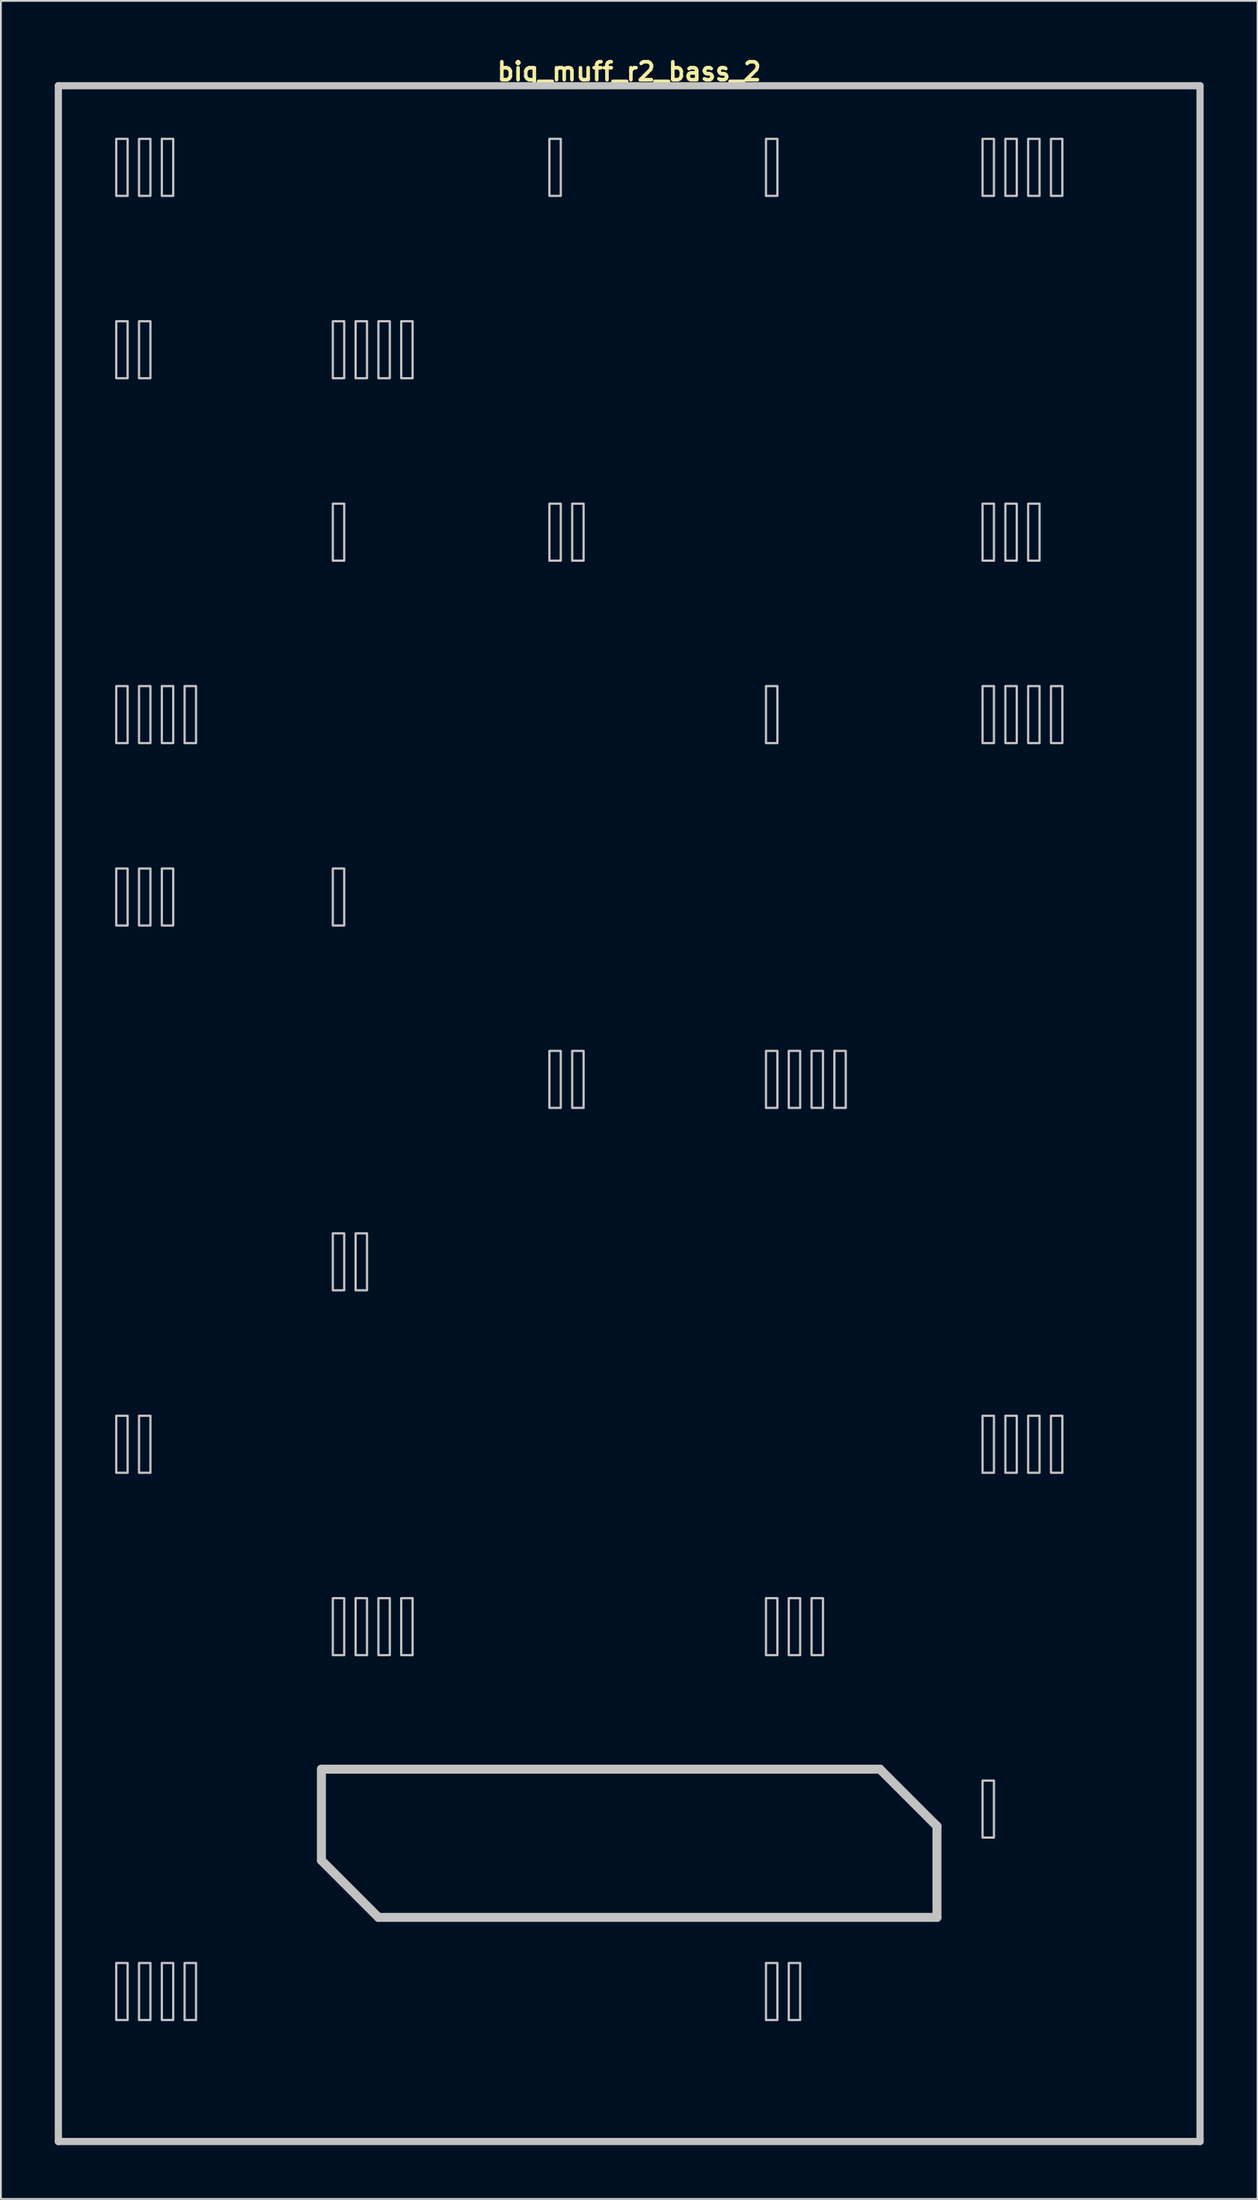
<source format=kicad_pcb>
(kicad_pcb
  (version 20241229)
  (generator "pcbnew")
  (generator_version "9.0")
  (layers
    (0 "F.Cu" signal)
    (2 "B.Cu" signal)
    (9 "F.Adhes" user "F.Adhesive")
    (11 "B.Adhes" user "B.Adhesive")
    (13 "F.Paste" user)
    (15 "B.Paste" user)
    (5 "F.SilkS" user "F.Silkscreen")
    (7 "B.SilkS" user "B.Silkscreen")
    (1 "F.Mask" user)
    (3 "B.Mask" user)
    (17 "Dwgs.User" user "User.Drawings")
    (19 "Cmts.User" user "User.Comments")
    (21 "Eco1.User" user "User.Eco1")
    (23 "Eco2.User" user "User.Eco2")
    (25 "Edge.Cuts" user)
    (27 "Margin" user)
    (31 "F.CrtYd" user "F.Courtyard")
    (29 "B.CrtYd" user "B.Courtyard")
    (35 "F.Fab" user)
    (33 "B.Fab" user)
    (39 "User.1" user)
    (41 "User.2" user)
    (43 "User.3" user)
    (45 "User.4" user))
  (footprint "big_muff_r2_bass_2"
    (layer "F.Cu")
    (at 32 58.975)
    (property "Reference" "big_muff_r2_bass_2" (at 0 -58.039 0) (layer "F.SilkS") (effects (font (size 1 1) (thickness 0.2))))
    (attr through_hole)
    (fp_line (start -31.8 -57.25) (end -31.8 57.25) (stroke (width 0.4) (type solid)) (layer "Dwgs.User"))
    (fp_line (start -31.8 -57.25) (end 31.8 -57.25) (stroke (width 0.4) (type solid)) (layer "Dwgs.User"))
    (fp_line (start -31.8 57.25) (end 31.8 57.25) (stroke (width 0.4) (type solid)) (layer "Dwgs.User"))
    (fp_line (start -17.145 36.513) (end -17.145 41.593) (stroke (width 0.5) (type solid)) (layer "Dwgs.User"))
    (fp_line (start -17.145 36.513) (end 13.97 36.513) (stroke (width 0.5) (type solid)) (layer "Dwgs.User"))
    (fp_line (start -17.145 41.593) (end -13.97 44.767) (stroke (width 0.5) (type solid)) (layer "Dwgs.User"))
    (fp_line (start -13.97 44.767) (end 17.145 44.767) (stroke (width 0.5) (type solid)) (layer "Dwgs.User"))
    (fp_line (start 13.97 36.513) (end 17.145 39.688) (stroke (width 0.5) (type solid)) (layer "Dwgs.User"))
    (fp_line (start 17.145 39.688) (end 17.145 44.767) (stroke (width 0.5) (type solid)) (layer "Dwgs.User"))
    (fp_line (start 31.8 -57.25) (end 31.8 57.25) (stroke (width 0.4) (type solid)) (layer "Dwgs.User"))
    (fp_poly (pts (xy -27.94 -51.117) (xy -28.575 -51.117) (xy -28.575 -54.292) (xy -27.94 -54.292)) (stroke (width 0.125) (type solid)) (fill no) (layer "Dwgs.User"))
    (fp_poly (pts (xy -27.94 -40.958) (xy -28.575 -40.958) (xy -28.575 -44.133) (xy -27.94 -44.133)) (stroke (width 0.125) (type solid)) (fill no) (layer "Dwgs.User"))
    (fp_poly (pts (xy -27.94 -20.637) (xy -28.575 -20.637) (xy -28.575 -23.812) (xy -27.94 -23.812)) (stroke (width 0.125) (type solid)) (fill no) (layer "Dwgs.User"))
    (fp_poly (pts (xy -27.94 -10.477) (xy -28.575 -10.477) (xy -28.575 -13.652) (xy -27.94 -13.652)) (stroke (width 0.125) (type solid)) (fill no) (layer "Dwgs.User"))
    (fp_poly (pts (xy -27.94 20.003) (xy -28.575 20.003) (xy -28.575 16.828) (xy -27.94 16.828)) (stroke (width 0.125) (type solid)) (fill no) (layer "Dwgs.User"))
    (fp_poly (pts (xy -27.94 50.483) (xy -28.575 50.483) (xy -28.575 47.307) (xy -27.94 47.307)) (stroke (width 0.125) (type solid)) (fill no) (layer "Dwgs.User"))
    (fp_poly (pts (xy -26.67 -51.117) (xy -27.305 -51.117) (xy -27.305 -54.292) (xy -26.67 -54.292)) (stroke (width 0.125) (type solid)) (fill no) (layer "Dwgs.User"))
    (fp_poly (pts (xy -26.67 -40.958) (xy -27.305 -40.958) (xy -27.305 -44.133) (xy -26.67 -44.133)) (stroke (width 0.125) (type solid)) (fill no) (layer "Dwgs.User"))
    (fp_poly (pts (xy -26.67 -20.637) (xy -27.305 -20.637) (xy -27.305 -23.812) (xy -26.67 -23.812)) (stroke (width 0.125) (type solid)) (fill no) (layer "Dwgs.User"))
    (fp_poly (pts (xy -26.67 -10.477) (xy -27.305 -10.477) (xy -27.305 -13.652) (xy -26.67 -13.652)) (stroke (width 0.125) (type solid)) (fill no) (layer "Dwgs.User"))
    (fp_poly (pts (xy -26.67 20.003) (xy -27.305 20.003) (xy -27.305 16.828) (xy -26.67 16.828)) (stroke (width 0.125) (type solid)) (fill no) (layer "Dwgs.User"))
    (fp_poly (pts (xy -26.67 50.483) (xy -27.305 50.483) (xy -27.305 47.307) (xy -26.67 47.307)) (stroke (width 0.125) (type solid)) (fill no) (layer "Dwgs.User"))
    (fp_poly (pts (xy -25.4 -51.117) (xy -26.035 -51.117) (xy -26.035 -54.292) (xy -25.4 -54.292)) (stroke (width 0.125) (type solid)) (fill no) (layer "Dwgs.User"))
    (fp_poly (pts (xy -25.4 -20.637) (xy -26.035 -20.637) (xy -26.035 -23.812) (xy -25.4 -23.812)) (stroke (width 0.125) (type solid)) (fill no) (layer "Dwgs.User"))
    (fp_poly (pts (xy -25.4 -10.477) (xy -26.035 -10.477) (xy -26.035 -13.652) (xy -25.4 -13.652)) (stroke (width 0.125) (type solid)) (fill no) (layer "Dwgs.User"))
    (fp_poly (pts (xy -25.4 50.483) (xy -26.035 50.483) (xy -26.035 47.307) (xy -25.4 47.307)) (stroke (width 0.125) (type solid)) (fill no) (layer "Dwgs.User"))
    (fp_poly (pts (xy -24.13 -20.637) (xy -24.765 -20.637) (xy -24.765 -23.812) (xy -24.13 -23.812)) (stroke (width 0.125) (type solid)) (fill no) (layer "Dwgs.User"))
    (fp_poly (pts (xy -24.13 50.483) (xy -24.765 50.483) (xy -24.765 47.307) (xy -24.13 47.307)) (stroke (width 0.125) (type solid)) (fill no) (layer "Dwgs.User"))
    (fp_poly (pts (xy -15.875 -40.958) (xy -16.51 -40.958) (xy -16.51 -44.133) (xy -15.875 -44.133)) (stroke (width 0.125) (type solid)) (fill no) (layer "Dwgs.User"))
    (fp_poly (pts (xy -15.875 -30.797) (xy -16.51 -30.797) (xy -16.51 -33.972) (xy -15.875 -33.972)) (stroke (width 0.125) (type solid)) (fill no) (layer "Dwgs.User"))
    (fp_poly (pts (xy -15.875 -10.477) (xy -16.51 -10.477) (xy -16.51 -13.652) (xy -15.875 -13.652)) (stroke (width 0.125) (type solid)) (fill no) (layer "Dwgs.User"))
    (fp_poly (pts (xy -15.875 9.842) (xy -16.51 9.842) (xy -16.51 6.668) (xy -15.875 6.668)) (stroke (width 0.125) (type solid)) (fill no) (layer "Dwgs.User"))
    (fp_poly (pts (xy -15.875 30.163) (xy -16.51 30.163) (xy -16.51 26.988) (xy -15.875 26.988)) (stroke (width 0.125) (type solid)) (fill no) (layer "Dwgs.User"))
    (fp_poly (pts (xy -14.605 -40.958) (xy -15.24 -40.958) (xy -15.24 -44.133) (xy -14.605 -44.133)) (stroke (width 0.125) (type solid)) (fill no) (layer "Dwgs.User"))
    (fp_poly (pts (xy -14.605 9.842) (xy -15.24 9.842) (xy -15.24 6.668) (xy -14.605 6.668)) (stroke (width 0.125) (type solid)) (fill no) (layer "Dwgs.User"))
    (fp_poly (pts (xy -14.605 30.163) (xy -15.24 30.163) (xy -15.24 26.988) (xy -14.605 26.988)) (stroke (width 0.125) (type solid)) (fill no) (layer "Dwgs.User"))
    (fp_poly (pts (xy -13.335 -40.958) (xy -13.97 -40.958) (xy -13.97 -44.133) (xy -13.335 -44.133)) (stroke (width 0.125) (type solid)) (fill no) (layer "Dwgs.User"))
    (fp_poly (pts (xy -13.335 30.163) (xy -13.97 30.163) (xy -13.97 26.988) (xy -13.335 26.988)) (stroke (width 0.125) (type solid)) (fill no) (layer "Dwgs.User"))
    (fp_poly (pts (xy -12.065 -40.958) (xy -12.7 -40.958) (xy -12.7 -44.133) (xy -12.065 -44.133)) (stroke (width 0.125) (type solid)) (fill no) (layer "Dwgs.User"))
    (fp_poly (pts (xy -12.065 30.163) (xy -12.7 30.163) (xy -12.7 26.988) (xy -12.065 26.988)) (stroke (width 0.125) (type solid)) (fill no) (layer "Dwgs.User"))
    (fp_poly (pts (xy -3.81 -51.117) (xy -4.445 -51.117) (xy -4.445 -54.292) (xy -3.81 -54.292)) (stroke (width 0.125) (type solid)) (fill no) (layer "Dwgs.User"))
    (fp_poly (pts (xy -3.81 -30.797) (xy -4.445 -30.797) (xy -4.445 -33.972) (xy -3.81 -33.972)) (stroke (width 0.125) (type solid)) (fill no) (layer "Dwgs.User"))
    (fp_poly (pts (xy -3.81 -0.318) (xy -4.445 -0.318) (xy -4.445 -3.493) (xy -3.81 -3.493)) (stroke (width 0.125) (type solid)) (fill no) (layer "Dwgs.User"))
    (fp_poly (pts (xy -2.54 -30.797) (xy -3.175 -30.797) (xy -3.175 -33.972) (xy -2.54 -33.972)) (stroke (width 0.125) (type solid)) (fill no) (layer "Dwgs.User"))
    (fp_poly (pts (xy -2.54 -0.318) (xy -3.175 -0.318) (xy -3.175 -3.493) (xy -2.54 -3.493)) (stroke (width 0.125) (type solid)) (fill no) (layer "Dwgs.User"))
    (fp_poly (pts (xy 8.255 -51.117) (xy 7.62 -51.117) (xy 7.62 -54.292) (xy 8.255 -54.292)) (stroke (width 0.125) (type solid)) (fill no) (layer "Dwgs.User"))
    (fp_poly (pts (xy 8.255 -20.637) (xy 7.62 -20.637) (xy 7.62 -23.812) (xy 8.255 -23.812)) (stroke (width 0.125) (type solid)) (fill no) (layer "Dwgs.User"))
    (fp_poly (pts (xy 8.255 -0.318) (xy 7.62 -0.318) (xy 7.62 -3.493) (xy 8.255 -3.493)) (stroke (width 0.125) (type solid)) (fill no) (layer "Dwgs.User"))
    (fp_poly (pts (xy 8.255 30.163) (xy 7.62 30.163) (xy 7.62 26.988) (xy 8.255 26.988)) (stroke (width 0.125) (type solid)) (fill no) (layer "Dwgs.User"))
    (fp_poly (pts (xy 8.255 50.483) (xy 7.62 50.483) (xy 7.62 47.307) (xy 8.255 47.307)) (stroke (width 0.125) (type solid)) (fill no) (layer "Dwgs.User"))
    (fp_poly (pts (xy 9.525 -0.318) (xy 8.89 -0.318) (xy 8.89 -3.493) (xy 9.525 -3.493)) (stroke (width 0.125) (type solid)) (fill no) (layer "Dwgs.User"))
    (fp_poly (pts (xy 9.525 30.163) (xy 8.89 30.163) (xy 8.89 26.988) (xy 9.525 26.988)) (stroke (width 0.125) (type solid)) (fill no) (layer "Dwgs.User"))
    (fp_poly (pts (xy 9.525 50.483) (xy 8.89 50.483) (xy 8.89 47.307) (xy 9.525 47.307)) (stroke (width 0.125) (type solid)) (fill no) (layer "Dwgs.User"))
    (fp_poly (pts (xy 10.795 -0.318) (xy 10.16 -0.318) (xy 10.16 -3.493) (xy 10.795 -3.493)) (stroke (width 0.125) (type solid)) (fill no) (layer "Dwgs.User"))
    (fp_poly (pts (xy 10.795 30.163) (xy 10.16 30.163) (xy 10.16 26.988) (xy 10.795 26.988)) (stroke (width 0.125) (type solid)) (fill no) (layer "Dwgs.User"))
    (fp_poly (pts (xy 12.065 -0.318) (xy 11.43 -0.318) (xy 11.43 -3.493) (xy 12.065 -3.493)) (stroke (width 0.125) (type solid)) (fill no) (layer "Dwgs.User"))
    (fp_poly (pts (xy 20.32 -51.117) (xy 19.685 -51.117) (xy 19.685 -54.292) (xy 20.32 -54.292)) (stroke (width 0.125) (type solid)) (fill no) (layer "Dwgs.User"))
    (fp_poly (pts (xy 20.32 -30.797) (xy 19.685 -30.797) (xy 19.685 -33.972) (xy 20.32 -33.972)) (stroke (width 0.125) (type solid)) (fill no) (layer "Dwgs.User"))
    (fp_poly (pts (xy 20.32 -20.637) (xy 19.685 -20.637) (xy 19.685 -23.812) (xy 20.32 -23.812)) (stroke (width 0.125) (type solid)) (fill no) (layer "Dwgs.User"))
    (fp_poly (pts (xy 20.32 20.003) (xy 19.685 20.003) (xy 19.685 16.828) (xy 20.32 16.828)) (stroke (width 0.125) (type solid)) (fill no) (layer "Dwgs.User"))
    (fp_poly (pts (xy 20.32 40.322) (xy 19.685 40.322) (xy 19.685 37.148) (xy 20.32 37.148)) (stroke (width 0.125) (type solid)) (fill no) (layer "Dwgs.User"))
    (fp_poly (pts (xy 21.59 -51.117) (xy 20.955 -51.117) (xy 20.955 -54.292) (xy 21.59 -54.292)) (stroke (width 0.125) (type solid)) (fill no) (layer "Dwgs.User"))
    (fp_poly (pts (xy 21.59 -30.797) (xy 20.955 -30.797) (xy 20.955 -33.972) (xy 21.59 -33.972)) (stroke (width 0.125) (type solid)) (fill no) (layer "Dwgs.User"))
    (fp_poly (pts (xy 21.59 -20.637) (xy 20.955 -20.637) (xy 20.955 -23.812) (xy 21.59 -23.812)) (stroke (width 0.125) (type solid)) (fill no) (layer "Dwgs.User"))
    (fp_poly (pts (xy 21.59 20.003) (xy 20.955 20.003) (xy 20.955 16.828) (xy 21.59 16.828)) (stroke (width 0.125) (type solid)) (fill no) (layer "Dwgs.User"))
    (fp_poly (pts (xy 22.86 -51.117) (xy 22.225 -51.117) (xy 22.225 -54.292) (xy 22.86 -54.292)) (stroke (width 0.125) (type solid)) (fill no) (layer "Dwgs.User"))
    (fp_poly (pts (xy 22.86 -30.797) (xy 22.225 -30.797) (xy 22.225 -33.972) (xy 22.86 -33.972)) (stroke (width 0.125) (type solid)) (fill no) (layer "Dwgs.User"))
    (fp_poly (pts (xy 22.86 -20.637) (xy 22.225 -20.637) (xy 22.225 -23.812) (xy 22.86 -23.812)) (stroke (width 0.125) (type solid)) (fill no) (layer "Dwgs.User"))
    (fp_poly (pts (xy 22.86 20.003) (xy 22.225 20.003) (xy 22.225 16.828) (xy 22.86 16.828)) (stroke (width 0.125) (type solid)) (fill no) (layer "Dwgs.User"))
    (fp_poly (pts (xy 24.13 -51.117) (xy 23.495 -51.117) (xy 23.495 -54.292) (xy 24.13 -54.292)) (stroke (width 0.125) (type solid)) (fill no) (layer "Dwgs.User"))
    (fp_poly (pts (xy 24.13 -20.637) (xy 23.495 -20.637) (xy 23.495 -23.812) (xy 24.13 -23.812)) (stroke (width 0.125) (type solid)) (fill no) (layer "Dwgs.User"))
    (fp_poly (pts (xy 24.13 20.003) (xy 23.495 20.003) (xy 23.495 16.828) (xy 24.13 16.828)) (stroke (width 0.125) (type solid)) (fill no) (layer "Dwgs.User"))
    (fp_line (start -31.8 -57.25) (end -31.8 57.25) (stroke (width 0.4) (type solid)) (layer "Eco1.User"))
    (fp_line (start -31.8 -57.25) (end 31.8 -57.25) (stroke (width 0.4) (type solid)) (layer "Eco1.User"))
    (fp_line (start -31.8 57.25) (end 31.8 57.25) (stroke (width 0.4) (type solid)) (layer "Eco1.User"))
    (fp_line (start -30.45 -55.75) (end -30.45 55.75) (stroke (width 0.4) (type solid)) (layer "Eco1.User"))
    (fp_line (start -30.45 -55.75) (end 30.45 -55.75) (stroke (width 0.4) (type solid)) (layer "Eco1.User"))
    (fp_line (start -30.45 55.75) (end 30.45 55.75) (stroke (width 0.4) (type solid)) (layer "Eco1.User"))
    (fp_line (start 30.45 -55.75) (end 30.45 55.75) (stroke (width 0.4) (type solid)) (layer "Eco1.User"))
    (fp_line (start 31.8 -57.25) (end 31.8 57.25) (stroke (width 0.4) (type solid)) (layer "Eco1.User"))
    (fp_circle (center -19.05 -40.44) (end -15.35 -40.44) (stroke (width 0.4) (type solid)) (fill no) (layer "Eco1.User"))
    (fp_circle (center -19.05 -40.44) (end -9.55 -40.44) (stroke (width 0.4) (type solid)) (fill no) (layer "Eco1.User"))
    (fp_circle (center 0 -26.67) (end 3.7 -26.67) (stroke (width 0.4) (type solid)) (fill no) (layer "Eco1.User"))
    (fp_circle (center 0 -26.67) (end 9.5 -26.67) (stroke (width 0.4) (type solid)) (fill no) (layer "Eco1.User"))
    (fp_circle (center 0 -7.62) (end 2.65 -7.62) (stroke (width 0.4) (type solid)) (fill no) (layer "Eco1.User"))
    (fp_circle (center 0 19.05) (end 6.5 19.05) (stroke (width 0.4) (type solid)) (fill no) (layer "Eco1.User"))
    (fp_circle (center 0 19.05) (end 9.75 19.05) (stroke (width 0.4) (type solid)) (fill no) (layer "Eco1.User"))
    (fp_circle (center 19.05 -40.44) (end 22.75 -40.44) (stroke (width 0.4) (type solid)) (fill no) (layer "Eco1.User"))
    (fp_circle (center 19.05 -40.44) (end 28.55 -40.44) (stroke (width 0.4) (type solid)) (fill no) (layer "Eco1.User"))
    (fp_line (start -31.8 -57.25) (end -31.8 57.25) (stroke (width 0.4) (type solid)) (layer "Eco2.User"))
    (fp_line (start -31.8 -57.25) (end 31.8 -57.25) (stroke (width 0.4) (type solid)) (layer "Eco2.User"))
    (fp_line (start -31.8 57.25) (end 31.8 57.25) (stroke (width 0.4) (type solid)) (layer "Eco2.User"))
    (fp_line (start -29.21 -54.928) (end -29.21 -49.847) (stroke (width 0.5) (type solid)) (layer "Eco2.User"))
    (fp_line (start -29.21 -54.928) (end -22.225 -54.928) (stroke (width 0.5) (type solid)) (layer "Eco2.User"))
    (fp_line (start -29.21 -49.847) (end -26.035 -46.672) (stroke (width 0.5) (type solid)) (layer "Eco2.User"))
    (fp_line (start -29.21 -44.767) (end -29.21 -39.688) (stroke (width 0.5) (type solid)) (layer "Eco2.User"))
    (fp_line (start -29.21 -44.767) (end -22.225 -44.767) (stroke (width 0.5) (type solid)) (layer "Eco2.User"))
    (fp_line (start -29.21 -39.688) (end -26.035 -36.513) (stroke (width 0.5) (type solid)) (layer "Eco2.User"))
    (fp_line (start -29.21 -34.608) (end -29.21 -29.527) (stroke (width 0.5) (type solid)) (layer "Eco2.User"))
    (fp_line (start -29.21 -34.608) (end -22.225 -34.608) (stroke (width 0.5) (type solid)) (layer "Eco2.User"))
    (fp_line (start -29.21 -29.527) (end -28.575 -28.892) (stroke (width 0.5) (type solid)) (layer "Eco2.User"))
    (fp_line (start -29.21 -24.448) (end -29.21 -19.367) (stroke (width 0.5) (type solid)) (layer "Eco2.User"))
    (fp_line (start -29.21 -24.448) (end -22.225 -24.448) (stroke (width 0.5) (type solid)) (layer "Eco2.User"))
    (fp_line (start -29.21 -19.367) (end -26.035 -16.192) (stroke (width 0.5) (type solid)) (layer "Eco2.User"))
    (fp_line (start -29.21 -14.287) (end -29.21 -9.207) (stroke (width 0.5) (type solid)) (layer "Eco2.User"))
    (fp_line (start -29.21 -14.287) (end -22.225 -14.287) (stroke (width 0.5) (type solid)) (layer "Eco2.User"))
    (fp_line (start -29.21 -9.207) (end -26.035 -6.032) (stroke (width 0.5) (type solid)) (layer "Eco2.User"))
    (fp_line (start -29.21 -4.128) (end -29.21 0.953) (stroke (width 0.5) (type solid)) (layer "Eco2.User"))
    (fp_line (start -29.21 -4.128) (end -22.225 -4.128) (stroke (width 0.5) (type solid)) (layer "Eco2.User"))
    (fp_line (start -29.21 0.953) (end -26.035 4.128) (stroke (width 0.5) (type solid)) (layer "Eco2.User"))
    (fp_line (start -29.21 6.032) (end -29.21 11.113) (stroke (width 0.5) (type solid)) (layer "Eco2.User"))
    (fp_line (start -29.21 6.032) (end -22.225 6.032) (stroke (width 0.5) (type solid)) (layer "Eco2.User"))
    (fp_line (start -29.21 11.113) (end -26.035 14.287) (stroke (width 0.5) (type solid)) (layer "Eco2.User"))
    (fp_line (start -29.21 16.192) (end -29.21 21.273) (stroke (width 0.5) (type solid)) (layer "Eco2.User"))
    (fp_line (start -29.21 16.192) (end -22.225 16.192) (stroke (width 0.5) (type solid)) (layer "Eco2.User"))
    (fp_line (start -29.21 21.273) (end -26.035 24.448) (stroke (width 0.5) (type solid)) (layer "Eco2.User"))
    (fp_line (start -29.21 26.352) (end -29.21 31.433) (stroke (width 0.5) (type solid)) (layer "Eco2.User"))
    (fp_line (start -29.21 26.352) (end -22.225 26.352) (stroke (width 0.5) (type solid)) (layer "Eco2.User"))
    (fp_line (start -29.21 31.433) (end -26.035 34.608) (stroke (width 0.5) (type solid)) (layer "Eco2.User"))
    (fp_line (start -29.21 36.513) (end -29.21 41.593) (stroke (width 0.5) (type solid)) (layer "Eco2.User"))
    (fp_line (start -29.21 36.513) (end -22.225 36.513) (stroke (width 0.5) (type solid)) (layer "Eco2.User"))
    (fp_line (start -29.21 41.593) (end -26.035 44.767) (stroke (width 0.5) (type solid)) (layer "Eco2.User"))
    (fp_line (start -29.21 46.672) (end -29.21 51.752) (stroke (width 0.5) (type solid)) (layer "Eco2.User"))
    (fp_line (start -29.21 46.672) (end 1.905 46.672) (stroke (width 0.5) (type solid)) (layer "Eco2.User"))
    (fp_line (start -29.21 51.752) (end -26.035 54.928) (stroke (width 0.5) (type solid)) (layer "Eco2.User"))
    (fp_line (start -26.035 -46.672) (end -19.05 -46.672) (stroke (width 0.5) (type solid)) (layer "Eco2.User"))
    (fp_line (start -26.035 -36.513) (end -19.05 -36.513) (stroke (width 0.5) (type solid)) (layer "Eco2.User"))
    (fp_line (start -26.035 -16.192) (end -19.05 -16.192) (stroke (width 0.5) (type solid)) (layer "Eco2.User"))
    (fp_line (start -26.035 -6.032) (end -19.05 -6.032) (stroke (width 0.5) (type solid)) (layer "Eco2.User"))
    (fp_line (start -26.035 4.128) (end -19.05 4.128) (stroke (width 0.5) (type solid)) (layer "Eco2.User"))
    (fp_line (start -26.035 14.287) (end -19.05 14.287) (stroke (width 0.5) (type solid)) (layer "Eco2.User"))
    (fp_line (start -26.035 24.448) (end -19.05 24.448) (stroke (width 0.5) (type solid)) (layer "Eco2.User"))
    (fp_line (start -26.035 34.608) (end -19.05 34.608) (stroke (width 0.5) (type solid)) (layer "Eco2.User"))
    (fp_line (start -26.035 44.767) (end -19.05 44.767) (stroke (width 0.5) (type solid)) (layer "Eco2.User"))
    (fp_line (start -26.035 54.928) (end 5.08 54.928) (stroke (width 0.5) (type solid)) (layer "Eco2.User"))
    (fp_line (start -22.225 -54.928) (end -19.05 -51.752) (stroke (width 0.5) (type solid)) (layer "Eco2.User"))
    (fp_line (start -22.225 -44.767) (end -19.05 -41.593) (stroke (width 0.5) (type solid)) (layer "Eco2.User"))
    (fp_line (start -22.225 -34.608) (end -19.05 -31.433) (stroke (width 0.5) (type solid)) (layer "Eco2.User"))
    (fp_line (start -22.225 -24.448) (end -19.05 -21.273) (stroke (width 0.5) (type solid)) (layer "Eco2.User"))
    (fp_line (start -22.225 -14.287) (end -19.05 -11.113) (stroke (width 0.5) (type solid)) (layer "Eco2.User"))
    (fp_line (start -22.225 -4.128) (end -19.05 -0.953) (stroke (width 0.5) (type solid)) (layer "Eco2.User"))
    (fp_line (start -22.225 6.032) (end -19.05 9.207) (stroke (width 0.5) (type solid)) (layer "Eco2.User"))
    (fp_line (start -22.225 16.192) (end -19.05 19.367) (stroke (width 0.5) (type solid)) (layer "Eco2.User"))
    (fp_line (start -22.225 26.352) (end -19.05 29.527) (stroke (width 0.5) (type solid)) (layer "Eco2.User"))
    (fp_line (start -22.225 36.513) (end -19.05 39.688) (stroke (width 0.5) (type solid)) (layer "Eco2.User"))
    (fp_line (start -19.05 -51.752) (end -19.05 -46.672) (stroke (width 0.5) (type solid)) (layer "Eco2.User"))
    (fp_line (start -19.05 -41.593) (end -19.05 -36.513) (stroke (width 0.5) (type solid)) (layer "Eco2.User"))
    (fp_line (start -19.05 -31.433) (end -19.05 -29.845) (stroke (width 0.5) (type solid)) (layer "Eco2.User"))
    (fp_line (start -19.05 -21.273) (end -19.05 -16.192) (stroke (width 0.5) (type solid)) (layer "Eco2.User"))
    (fp_line (start -19.05 -11.113) (end -19.05 -6.032) (stroke (width 0.5) (type solid)) (layer "Eco2.User"))
    (fp_line (start -19.05 -0.953) (end -19.05 4.128) (stroke (width 0.5) (type solid)) (layer "Eco2.User"))
    (fp_line (start -19.05 9.207) (end -19.05 14.287) (stroke (width 0.5) (type solid)) (layer "Eco2.User"))
    (fp_line (start -19.05 19.367) (end -19.05 24.448) (stroke (width 0.5) (type solid)) (layer "Eco2.User"))
    (fp_line (start -19.05 29.527) (end -19.05 34.608) (stroke (width 0.5) (type solid)) (layer "Eco2.User"))
    (fp_line (start -19.05 39.688) (end -19.05 44.767) (stroke (width 0.5) (type solid)) (layer "Eco2.User"))
    (fp_line (start -17.145 -54.928) (end -17.145 -49.847) (stroke (width 0.5) (type solid)) (layer "Eco2.User"))
    (fp_line (start -17.145 -54.928) (end -10.16 -54.928) (stroke (width 0.5) (type solid)) (layer "Eco2.User"))
    (fp_line (start -17.145 -49.847) (end -13.97 -46.672) (stroke (width 0.5) (type solid)) (layer "Eco2.User"))
    (fp_line (start -17.145 -44.767) (end -17.145 -39.688) (stroke (width 0.5) (type solid)) (layer "Eco2.User"))
    (fp_line (start -17.145 -44.767) (end 13.97 -44.767) (stroke (width 0.5) (type solid)) (layer "Eco2.User"))
    (fp_line (start -17.145 -39.688) (end -13.97 -36.513) (stroke (width 0.5) (type solid)) (layer "Eco2.User"))
    (fp_line (start -17.145 -34.608) (end -17.145 -29.845) (stroke (width 0.5) (type solid)) (layer "Eco2.User"))
    (fp_line (start -17.145 -34.608) (end -10.16 -34.608) (stroke (width 0.5) (type solid)) (layer "Eco2.User"))
    (fp_line (start -17.145 -24.448) (end -17.145 -19.367) (stroke (width 0.5) (type solid)) (layer "Eco2.User"))
    (fp_line (start -17.145 -24.448) (end -10.16 -24.448) (stroke (width 0.5) (type solid)) (layer "Eco2.User"))
    (fp_line (start -17.145 -19.367) (end -13.97 -16.192) (stroke (width 0.5) (type solid)) (layer "Eco2.User"))
    (fp_line (start -17.145 -14.287) (end -17.145 -9.207) (stroke (width 0.5) (type solid)) (layer "Eco2.User"))
    (fp_line (start -17.145 -14.287) (end -10.16 -14.287) (stroke (width 0.5) (type solid)) (layer "Eco2.User"))
    (fp_line (start -17.145 -9.207) (end -13.97 -6.032) (stroke (width 0.5) (type solid)) (layer "Eco2.User"))
    (fp_line (start -17.145 -4.128) (end -17.145 0.953) (stroke (width 0.5) (type solid)) (layer "Eco2.User"))
    (fp_line (start -17.145 -4.128) (end -10.16 -4.128) (stroke (width 0.5) (type solid)) (layer "Eco2.User"))
    (fp_line (start -17.145 0.953) (end -13.97 4.128) (stroke (width 0.5) (type solid)) (layer "Eco2.User"))
    (fp_line (start -17.145 6.032) (end -17.145 11.113) (stroke (width 0.5) (type solid)) (layer "Eco2.User"))
    (fp_line (start -17.145 6.032) (end -10.16 6.032) (stroke (width 0.5) (type solid)) (layer "Eco2.User"))
    (fp_line (start -17.145 11.113) (end -13.97 14.287) (stroke (width 0.5) (type solid)) (layer "Eco2.User"))
    (fp_line (start -17.145 16.192) (end -17.145 21.273) (stroke (width 0.5) (type solid)) (layer "Eco2.User"))
    (fp_line (start -17.145 16.192) (end -10.16 16.192) (stroke (width 0.5) (type solid)) (layer "Eco2.User"))
    (fp_line (start -17.145 21.273) (end -13.97 24.448) (stroke (width 0.5) (type solid)) (layer "Eco2.User"))
    (fp_line (start -17.145 26.352) (end -17.145 31.433) (stroke (width 0.5) (type solid)) (layer "Eco2.User"))
    (fp_line (start -17.145 26.352) (end -10.16 26.352) (stroke (width 0.5) (type solid)) (layer "Eco2.User"))
    (fp_line (start -17.145 31.433) (end -13.97 34.608) (stroke (width 0.5) (type solid)) (layer "Eco2.User"))
    (fp_line (start -13.97 -46.672) (end -6.985 -46.672) (stroke (width 0.5) (type solid)) (layer "Eco2.User"))
    (fp_line (start -13.97 -36.513) (end 17.145 -36.513) (stroke (width 0.5) (type solid)) (layer "Eco2.User"))
    (fp_line (start -13.97 -16.192) (end -6.985 -16.192) (stroke (width 0.5) (type solid)) (layer "Eco2.User"))
    (fp_line (start -13.97 -6.032) (end -6.985 -6.032) (stroke (width 0.5) (type solid)) (layer "Eco2.User"))
    (fp_line (start -13.97 4.128) (end -6.985 4.128) (stroke (width 0.5) (type solid)) (layer "Eco2.User"))
    (fp_line (start -13.97 14.287) (end -6.985 14.287) (stroke (width 0.5) (type solid)) (layer "Eco2.User"))
    (fp_line (start -13.97 24.448) (end -6.985 24.448) (stroke (width 0.5) (type solid)) (layer "Eco2.User"))
    (fp_line (start -13.97 34.608) (end -6.985 34.608) (stroke (width 0.5) (type solid)) (layer "Eco2.User"))
    (fp_line (start -10.16 -54.928) (end -6.985 -51.752) (stroke (width 0.5) (type solid)) (layer "Eco2.User"))
    (fp_line (start -10.16 -34.608) (end -6.985 -31.433) (stroke (width 0.5) (type solid)) (layer "Eco2.User"))
    (fp_line (start -10.16 -24.448) (end -6.985 -21.273) (stroke (width 0.5) (type solid)) (layer "Eco2.User"))
    (fp_line (start -10.16 -14.287) (end -6.985 -11.113) (stroke (width 0.5) (type solid)) (layer "Eco2.User"))
    (fp_line (start -10.16 -4.128) (end -6.985 -0.953) (stroke (width 0.5) (type solid)) (layer "Eco2.User"))
    (fp_line (start -10.16 6.032) (end -6.985 9.207) (stroke (width 0.5) (type solid)) (layer "Eco2.User"))
    (fp_line (start -10.16 16.192) (end -6.985 19.367) (stroke (width 0.5) (type solid)) (layer "Eco2.User"))
    (fp_line (start -10.16 26.352) (end -6.985 29.527) (stroke (width 0.5) (type solid)) (layer "Eco2.User"))
    (fp_line (start -9.842 -26.352) (end -6.985 -26.352) (stroke (width 0.5) (type solid)) (layer "Eco2.User"))
    (fp_line (start -6.985 -51.752) (end -6.985 -46.672) (stroke (width 0.5) (type solid)) (layer "Eco2.User"))
    (fp_line (start -6.985 -31.433) (end -6.985 -26.352) (stroke (width 0.5) (type solid)) (layer "Eco2.User"))
    (fp_line (start -6.985 -21.273) (end -6.985 -16.192) (stroke (width 0.5) (type solid)) (layer "Eco2.User"))
    (fp_line (start -6.985 -11.113) (end -6.985 -6.032) (stroke (width 0.5) (type solid)) (layer "Eco2.User"))
    (fp_line (start -6.985 -0.953) (end -6.985 4.128) (stroke (width 0.5) (type solid)) (layer "Eco2.User"))
    (fp_line (start -6.985 9.207) (end -6.985 14.287) (stroke (width 0.5) (type solid)) (layer "Eco2.User"))
    (fp_line (start -6.985 19.367) (end -6.985 24.448) (stroke (width 0.5) (type solid)) (layer "Eco2.User"))
    (fp_line (start -6.985 29.527) (end -6.985 34.608) (stroke (width 0.5) (type solid)) (layer "Eco2.User"))
    (fp_line (start -5.715 -40.64) (end -4.445 -40.64) (stroke (width 0.25) (type solid)) (layer "Eco2.User"))
    (fp_line (start -5.08 -54.928) (end -5.08 -49.847) (stroke (width 0.5) (type solid)) (layer "Eco2.User"))
    (fp_line (start -5.08 -54.928) (end 1.905 -54.928) (stroke (width 0.5) (type solid)) (layer "Eco2.User"))
    (fp_line (start -5.08 -49.847) (end -1.905 -46.672) (stroke (width 0.5) (type solid)) (layer "Eco2.User"))
    (fp_line (start -5.08 -41.275) (end -5.08 -40.005) (stroke (width 0.25) (type solid)) (layer "Eco2.User"))
    (fp_line (start -5.08 -34.608) (end -5.08 -29.527) (stroke (width 0.5) (type solid)) (layer "Eco2.User"))
    (fp_line (start -5.08 -34.608) (end 1.905 -34.608) (stroke (width 0.5) (type solid)) (layer "Eco2.User"))
    (fp_line (start -5.08 -29.527) (end -1.905 -26.352) (stroke (width 0.5) (type solid)) (layer "Eco2.User"))
    (fp_line (start -5.08 -24.448) (end -5.08 -19.367) (stroke (width 0.5) (type solid)) (layer "Eco2.User"))
    (fp_line (start -5.08 -24.448) (end 1.905 -24.448) (stroke (width 0.5) (type solid)) (layer "Eco2.User"))
    (fp_line (start -5.08 -19.367) (end -1.905 -16.192) (stroke (width 0.5) (type solid)) (layer "Eco2.User"))
    (fp_line (start -5.08 -11.113) (end -5.08 -9.207) (stroke (width 0.5) (type solid)) (layer "Eco2.User"))
    (fp_line (start -5.08 -9.207) (end -1.905 -6.032) (stroke (width 0.5) (type solid)) (layer "Eco2.User"))
    (fp_line (start -5.08 -4.128) (end -5.08 0.953) (stroke (width 0.5) (type solid)) (layer "Eco2.User"))
    (fp_line (start -5.08 -4.128) (end 1.905 -4.128) (stroke (width 0.5) (type solid)) (layer "Eco2.User"))
    (fp_line (start -5.08 0.953) (end -1.905 4.128) (stroke (width 0.5) (type solid)) (layer "Eco2.User"))
    (fp_line (start -5.08 6.032) (end -5.08 11.113) (stroke (width 0.5) (type solid)) (layer "Eco2.User"))
    (fp_line (start -5.08 6.032) (end 1.905 6.032) (stroke (width 0.5) (type solid)) (layer "Eco2.User"))
    (fp_line (start -5.08 11.113) (end -1.905 14.287) (stroke (width 0.5) (type solid)) (layer "Eco2.User"))
    (fp_line (start -5.08 26.352) (end -5.08 31.433) (stroke (width 0.5) (type solid)) (layer "Eco2.User"))
    (fp_line (start -5.08 26.352) (end 1.905 26.352) (stroke (width 0.5) (type solid)) (layer "Eco2.User"))
    (fp_line (start -5.08 31.433) (end -1.905 34.608) (stroke (width 0.5) (type solid)) (layer "Eco2.User"))
    (fp_line (start -3.81 -40.64) (end -1.27 -40.64) (stroke (width 0.5) (type solid)) (layer "Eco2.User"))
    (fp_line (start -1.905 -46.672) (end 5.08 -46.672) (stroke (width 0.5) (type solid)) (layer "Eco2.User"))
    (fp_line (start -1.905 -26.352) (end 5.08 -26.352) (stroke (width 0.5) (type solid)) (layer "Eco2.User"))
    (fp_line (start -1.905 -16.192) (end 5.08 -16.192) (stroke (width 0.5) (type solid)) (layer "Eco2.User"))
    (fp_line (start -1.905 -6.032) (end 5.08 -6.032) (stroke (width 0.5) (type solid)) (layer "Eco2.User"))
    (fp_line (start -1.905 4.128) (end 5.08 4.128) (stroke (width 0.5) (type solid)) (layer "Eco2.User"))
    (fp_line (start -1.905 14.287) (end 5.08 14.287) (stroke (width 0.5) (type solid)) (layer "Eco2.User"))
    (fp_line (start -1.905 34.608) (end 5.08 34.608) (stroke (width 0.5) (type solid)) (layer "Eco2.User"))
    (fp_line (start 0 -40.64) (end 3.81 -40.64) (stroke (width 0.5) (type solid)) (layer "Eco2.User"))
    (fp_line (start 1.905 -54.928) (end 5.08 -51.752) (stroke (width 0.5) (type solid)) (layer "Eco2.User"))
    (fp_line (start 1.905 -34.608) (end 5.08 -31.433) (stroke (width 0.5) (type solid)) (layer "Eco2.User"))
    (fp_line (start 1.905 -24.448) (end 5.08 -21.273) (stroke (width 0.5) (type solid)) (layer "Eco2.User"))
    (fp_line (start 1.905 -4.128) (end 5.08 -0.953) (stroke (width 0.5) (type solid)) (layer "Eco2.User"))
    (fp_line (start 1.905 6.032) (end 5.08 9.207) (stroke (width 0.5) (type solid)) (layer "Eco2.User"))
    (fp_line (start 1.905 26.352) (end 5.08 29.527) (stroke (width 0.5) (type solid)) (layer "Eco2.User"))
    (fp_line (start 1.905 46.672) (end 5.08 49.847) (stroke (width 0.5) (type solid)) (layer "Eco2.User"))
    (fp_line (start 4.445 -40.64) (end 5.715 -40.64) (stroke (width 0.25) (type solid)) (layer "Eco2.User"))
    (fp_line (start 5.08 -51.752) (end 5.08 -46.672) (stroke (width 0.5) (type solid)) (layer "Eco2.User"))
    (fp_line (start 5.08 -31.433) (end 5.08 -26.352) (stroke (width 0.5) (type solid)) (layer "Eco2.User"))
    (fp_line (start 5.08 -21.273) (end 5.08 -16.192) (stroke (width 0.5) (type solid)) (layer "Eco2.User"))
    (fp_line (start 5.08 -11.113) (end 5.08 -6.032) (stroke (width 0.5) (type solid)) (layer "Eco2.User"))
    (fp_line (start 5.08 -0.953) (end 5.08 4.128) (stroke (width 0.5) (type solid)) (layer "Eco2.User"))
    (fp_line (start 5.08 9.207) (end 5.08 14.287) (stroke (width 0.5) (type solid)) (layer "Eco2.User"))
    (fp_line (start 5.08 29.527) (end 5.08 34.608) (stroke (width 0.5) (type solid)) (layer "Eco2.User"))
    (fp_line (start 5.08 49.847) (end 5.08 54.928) (stroke (width 0.5) (type solid)) (layer "Eco2.User"))
    (fp_line (start 6.985 -54.928) (end 6.985 -49.847) (stroke (width 0.5) (type solid)) (layer "Eco2.User"))
    (fp_line (start 6.985 -54.928) (end 13.97 -54.928) (stroke (width 0.5) (type solid)) (layer "Eco2.User"))
    (fp_line (start 6.985 -49.847) (end 10.16 -46.672) (stroke (width 0.5) (type solid)) (layer "Eco2.User"))
    (fp_line (start 6.985 -34.608) (end 6.985 -29.527) (stroke (width 0.5) (type solid)) (layer "Eco2.User"))
    (fp_line (start 6.985 -34.608) (end 13.97 -34.608) (stroke (width 0.5) (type solid)) (layer "Eco2.User"))
    (fp_line (start 6.985 -29.527) (end 9.525 -26.988) (stroke (width 0.5) (type solid)) (layer "Eco2.User"))
    (fp_line (start 6.985 -24.448) (end 6.985 -19.367) (stroke (width 0.5) (type solid)) (layer "Eco2.User"))
    (fp_line (start 6.985 -24.448) (end 13.97 -24.448) (stroke (width 0.5) (type solid)) (layer "Eco2.User"))
    (fp_line (start 6.985 -19.367) (end 10.16 -16.192) (stroke (width 0.5) (type solid)) (layer "Eco2.User"))
    (fp_line (start 6.985 -14.287) (end 6.985 -9.207) (stroke (width 0.5) (type solid)) (layer "Eco2.User"))
    (fp_line (start 6.985 -14.287) (end 13.97 -14.287) (stroke (width 0.5) (type solid)) (layer "Eco2.User"))
    (fp_line (start 6.985 -9.207) (end 10.16 -6.032) (stroke (width 0.5) (type solid)) (layer "Eco2.User"))
    (fp_line (start 6.985 -4.128) (end 6.985 0.953) (stroke (width 0.5) (type solid)) (layer "Eco2.User"))
    (fp_line (start 6.985 -4.128) (end 13.97 -4.128) (stroke (width 0.5) (type solid)) (layer "Eco2.User"))
    (fp_line (start 6.985 0.953) (end 10.16 4.128) (stroke (width 0.5) (type solid)) (layer "Eco2.User"))
    (fp_line (start 6.985 6.032) (end 6.985 11.113) (stroke (width 0.5) (type solid)) (layer "Eco2.User"))
    (fp_line (start 6.985 6.032) (end 13.97 6.032) (stroke (width 0.5) (type solid)) (layer "Eco2.User"))
    (fp_line (start 6.985 11.113) (end 10.16 14.287) (stroke (width 0.5) (type solid)) (layer "Eco2.User"))
    (fp_line (start 6.985 16.192) (end 6.985 21.273) (stroke (width 0.5) (type solid)) (layer "Eco2.User"))
    (fp_line (start 6.985 16.192) (end 13.97 16.192) (stroke (width 0.5) (type solid)) (layer "Eco2.User"))
    (fp_line (start 6.985 21.273) (end 10.16 24.448) (stroke (width 0.5) (type solid)) (layer "Eco2.User"))
    (fp_line (start 6.985 26.352) (end 6.985 31.433) (stroke (width 0.5) (type solid)) (layer "Eco2.User"))
    (fp_line (start 6.985 26.352) (end 13.97 26.352) (stroke (width 0.5) (type solid)) (layer "Eco2.User"))
    (fp_line (start 6.985 31.433) (end 10.16 34.608) (stroke (width 0.5) (type solid)) (layer "Eco2.User"))
    (fp_line (start 6.985 46.672) (end 6.985 51.752) (stroke (width 0.5) (type solid)) (layer "Eco2.User"))
    (fp_line (start 6.985 46.672) (end 26.035 46.672) (stroke (width 0.5) (type solid)) (layer "Eco2.User"))
    (fp_line (start 6.985 51.752) (end 10.16 54.928) (stroke (width 0.5) (type solid)) (layer "Eco2.User"))
    (fp_line (start 10.16 -46.672) (end 17.145 -46.672) (stroke (width 0.5) (type solid)) (layer "Eco2.User"))
    (fp_line (start 10.16 -16.192) (end 17.145 -16.192) (stroke (width 0.5) (type solid)) (layer "Eco2.User"))
    (fp_line (start 10.16 -6.032) (end 17.145 -6.032) (stroke (width 0.5) (type solid)) (layer "Eco2.User"))
    (fp_line (start 10.16 4.128) (end 17.145 4.128) (stroke (width 0.5) (type solid)) (layer "Eco2.User"))
    (fp_line (start 10.16 14.287) (end 17.145 14.287) (stroke (width 0.5) (type solid)) (layer "Eco2.User"))
    (fp_line (start 10.16 24.448) (end 17.145 24.448) (stroke (width 0.5) (type solid)) (layer "Eco2.User"))
    (fp_line (start 10.16 34.608) (end 17.145 34.608) (stroke (width 0.5) (type solid)) (layer "Eco2.User"))
    (fp_line (start 10.16 54.928) (end 29.21 54.928) (stroke (width 0.5) (type solid)) (layer "Eco2.User"))
    (fp_line (start 13.97 -54.928) (end 17.145 -51.752) (stroke (width 0.5) (type solid)) (layer "Eco2.User"))
    (fp_line (start 13.97 -44.767) (end 17.145 -41.593) (stroke (width 0.5) (type solid)) (layer "Eco2.User"))
    (fp_line (start 13.97 -34.608) (end 17.145 -31.433) (stroke (width 0.5) (type solid)) (layer "Eco2.User"))
    (fp_line (start 13.97 -24.448) (end 17.145 -21.273) (stroke (width 0.5) (type solid)) (layer "Eco2.User"))
    (fp_line (start 13.97 -14.287) (end 17.145 -11.113) (stroke (width 0.5) (type solid)) (layer "Eco2.User"))
    (fp_line (start 13.97 -4.128) (end 17.145 -0.953) (stroke (width 0.5) (type solid)) (layer "Eco2.User"))
    (fp_line (start 13.97 6.032) (end 17.145 9.207) (stroke (width 0.5) (type solid)) (layer "Eco2.User"))
    (fp_line (start 13.97 16.192) (end 17.145 19.367) (stroke (width 0.5) (type solid)) (layer "Eco2.User"))
    (fp_line (start 13.97 26.352) (end 17.145 29.527) (stroke (width 0.5) (type solid)) (layer "Eco2.User"))
    (fp_line (start 17.145 -51.752) (end 17.145 -46.672) (stroke (width 0.5) (type solid)) (layer "Eco2.User"))
    (fp_line (start 17.145 -41.593) (end 17.145 -36.513) (stroke (width 0.5) (type solid)) (layer "Eco2.User"))
    (fp_line (start 17.145 -31.433) (end 17.145 -29.845) (stroke (width 0.5) (type solid)) (layer "Eco2.User"))
    (fp_line (start 17.145 -21.273) (end 17.145 -16.192) (stroke (width 0.5) (type solid)) (layer "Eco2.User"))
    (fp_line (start 17.145 -11.113) (end 17.145 -6.032) (stroke (width 0.5) (type solid)) (layer "Eco2.User"))
    (fp_line (start 17.145 -0.953) (end 17.145 4.128) (stroke (width 0.5) (type solid)) (layer "Eco2.User"))
    (fp_line (start 17.145 9.207) (end 17.145 14.287) (stroke (width 0.5) (type solid)) (layer "Eco2.User"))
    (fp_line (start 17.145 19.367) (end 17.145 24.448) (stroke (width 0.5) (type solid)) (layer "Eco2.User"))
    (fp_line (start 17.145 29.527) (end 17.145 34.608) (stroke (width 0.5) (type solid)) (layer "Eco2.User"))
    (fp_line (start 19.05 -54.928) (end 19.05 -49.847) (stroke (width 0.5) (type solid)) (layer "Eco2.User"))
    (fp_line (start 19.05 -54.928) (end 26.035 -54.928) (stroke (width 0.5) (type solid)) (layer "Eco2.User"))
    (fp_line (start 19.05 -49.847) (end 22.225 -46.672) (stroke (width 0.5) (type solid)) (layer "Eco2.User"))
    (fp_line (start 19.05 -44.767) (end 19.05 -39.688) (stroke (width 0.5) (type solid)) (layer "Eco2.User"))
    (fp_line (start 19.05 -44.767) (end 26.035 -44.767) (stroke (width 0.5) (type solid)) (layer "Eco2.User"))
    (fp_line (start 19.05 -39.688) (end 22.225 -36.513) (stroke (width 0.5) (type solid)) (layer "Eco2.User"))
    (fp_line (start 19.05 -34.608) (end 19.05 -29.845) (stroke (width 0.5) (type solid)) (layer "Eco2.User"))
    (fp_line (start 19.05 -34.608) (end 26.035 -34.608) (stroke (width 0.5) (type solid)) (layer "Eco2.User"))
    (fp_line (start 19.05 -24.448) (end 19.05 -19.367) (stroke (width 0.5) (type solid)) (layer "Eco2.User"))
    (fp_line (start 19.05 -24.448) (end 26.035 -24.448) (stroke (width 0.5) (type solid)) (layer "Eco2.User"))
    (fp_line (start 19.05 -19.367) (end 22.225 -16.192) (stroke (width 0.5) (type solid)) (layer "Eco2.User"))
    (fp_line (start 19.05 -14.287) (end 19.05 -9.207) (stroke (width 0.5) (type solid)) (layer "Eco2.User"))
    (fp_line (start 19.05 -14.287) (end 26.035 -14.287) (stroke (width 0.5) (type solid)) (layer "Eco2.User"))
    (fp_line (start 19.05 -9.207) (end 22.225 -6.032) (stroke (width 0.5) (type solid)) (layer "Eco2.User"))
    (fp_line (start 19.05 -4.128) (end 19.05 0.953) (stroke (width 0.5) (type solid)) (layer "Eco2.User"))
    (fp_line (start 19.05 -4.128) (end 26.035 -4.128) (stroke (width 0.5) (type solid)) (layer "Eco2.User"))
    (fp_line (start 19.05 0.953) (end 22.225 4.128) (stroke (width 0.5) (type solid)) (layer "Eco2.User"))
    (fp_line (start 19.05 6.032) (end 19.05 11.113) (stroke (width 0.5) (type solid)) (layer "Eco2.User"))
    (fp_line (start 19.05 6.032) (end 26.035 6.032) (stroke (width 0.5) (type solid)) (layer "Eco2.User"))
    (fp_line (start 19.05 11.113) (end 22.225 14.287) (stroke (width 0.5) (type solid)) (layer "Eco2.User"))
    (fp_line (start 19.05 16.192) (end 19.05 21.273) (stroke (width 0.5) (type solid)) (layer "Eco2.User"))
    (fp_line (start 19.05 16.192) (end 26.035 16.192) (stroke (width 0.5) (type solid)) (layer "Eco2.User"))
    (fp_line (start 19.05 21.273) (end 22.225 24.448) (stroke (width 0.5) (type solid)) (layer "Eco2.User"))
    (fp_line (start 19.05 26.352) (end 19.05 31.433) (stroke (width 0.5) (type solid)) (layer "Eco2.User"))
    (fp_line (start 19.05 26.352) (end 26.035 26.352) (stroke (width 0.5) (type solid)) (layer "Eco2.User"))
    (fp_line (start 19.05 31.433) (end 22.225 34.608) (stroke (width 0.5) (type solid)) (layer "Eco2.User"))
    (fp_line (start 19.05 36.513) (end 19.05 41.593) (stroke (width 0.5) (type solid)) (layer "Eco2.User"))
    (fp_line (start 19.05 36.513) (end 26.035 36.513) (stroke (width 0.5) (type solid)) (layer "Eco2.User"))
    (fp_line (start 19.05 41.593) (end 22.225 44.767) (stroke (width 0.5) (type solid)) (layer "Eco2.User"))
    (fp_line (start 22.225 -46.672) (end 29.21 -46.672) (stroke (width 0.5) (type solid)) (layer "Eco2.User"))
    (fp_line (start 22.225 -36.513) (end 29.21 -36.513) (stroke (width 0.5) (type solid)) (layer "Eco2.User"))
    (fp_line (start 22.225 -16.192) (end 29.21 -16.192) (stroke (width 0.5) (type solid)) (layer "Eco2.User"))
    (fp_line (start 22.225 -6.032) (end 29.21 -6.032) (stroke (width 0.5) (type solid)) (layer "Eco2.User"))
    (fp_line (start 22.225 4.128) (end 29.21 4.128) (stroke (width 0.5) (type solid)) (layer "Eco2.User"))
    (fp_line (start 22.225 14.287) (end 29.21 14.287) (stroke (width 0.5) (type solid)) (layer "Eco2.User"))
    (fp_line (start 22.225 24.448) (end 29.21 24.448) (stroke (width 0.5) (type solid)) (layer "Eco2.User"))
    (fp_line (start 22.225 34.608) (end 29.21 34.608) (stroke (width 0.5) (type solid)) (layer "Eco2.User"))
    (fp_line (start 22.225 44.767) (end 29.21 44.767) (stroke (width 0.5) (type solid)) (layer "Eco2.User"))
    (fp_line (start 26.035 -54.928) (end 29.21 -51.752) (stroke (width 0.5) (type solid)) (layer "Eco2.User"))
    (fp_line (start 26.035 -44.767) (end 29.21 -41.593) (stroke (width 0.5) (type solid)) (layer "Eco2.User"))
    (fp_line (start 26.035 -34.608) (end 29.21 -31.433) (stroke (width 0.5) (type solid)) (layer "Eco2.User"))
    (fp_line (start 26.035 -24.448) (end 29.21 -21.273) (stroke (width 0.5) (type solid)) (layer "Eco2.User"))
    (fp_line (start 26.035 -14.287) (end 29.21 -11.113) (stroke (width 0.5) (type solid)) (layer "Eco2.User"))
    (fp_line (start 26.035 -4.128) (end 29.21 -0.953) (stroke (width 0.5) (type solid)) (layer "Eco2.User"))
    (fp_line (start 26.035 6.032) (end 29.21 9.207) (stroke (width 0.5) (type solid)) (layer "Eco2.User"))
    (fp_line (start 26.035 16.192) (end 29.21 19.367) (stroke (width 0.5) (type solid)) (layer "Eco2.User"))
    (fp_line (start 26.035 26.352) (end 29.21 29.527) (stroke (width 0.5) (type solid)) (layer "Eco2.User"))
    (fp_line (start 26.035 36.513) (end 29.21 39.688) (stroke (width 0.5) (type solid)) (layer "Eco2.User"))
    (fp_line (start 26.035 46.672) (end 29.21 49.847) (stroke (width 0.5) (type solid)) (layer "Eco2.User"))
    (fp_line (start 28.575 -26.352) (end 29.21 -26.352) (stroke (width 0.5) (type solid)) (layer "Eco2.User"))
    (fp_line (start 29.21 -51.752) (end 29.21 -46.672) (stroke (width 0.5) (type solid)) (layer "Eco2.User"))
    (fp_line (start 29.21 -41.593) (end 29.21 -36.513) (stroke (width 0.5) (type solid)) (layer "Eco2.User"))
    (fp_line (start 29.21 -31.433) (end 29.21 -26.352) (stroke (width 0.5) (type solid)) (layer "Eco2.User"))
    (fp_line (start 29.21 -21.273) (end 29.21 -16.192) (stroke (width 0.5) (type solid)) (layer "Eco2.User"))
    (fp_line (start 29.21 -11.113) (end 29.21 -6.032) (stroke (width 0.5) (type solid)) (layer "Eco2.User"))
    (fp_line (start 29.21 -0.953) (end 29.21 4.128) (stroke (width 0.5) (type solid)) (layer "Eco2.User"))
    (fp_line (start 29.21 9.207) (end 29.21 14.287) (stroke (width 0.5) (type solid)) (layer "Eco2.User"))
    (fp_line (start 29.21 19.367) (end 29.21 24.448) (stroke (width 0.5) (type solid)) (layer "Eco2.User"))
    (fp_line (start 29.21 29.527) (end 29.21 34.608) (stroke (width 0.5) (type solid)) (layer "Eco2.User"))
    (fp_line (start 29.21 39.688) (end 29.21 44.767) (stroke (width 0.5) (type solid)) (layer "Eco2.User"))
    (fp_line (start 29.21 49.847) (end 29.21 54.928) (stroke (width 0.5) (type solid)) (layer "Eco2.User"))
    (fp_line (start 31.8 -57.25) (end 31.8 57.25) (stroke (width 0.4) (type solid)) (layer "Eco2.User"))
    (fp_arc (start 0 -39.37) (mid -1.27 -40.64) (end 0 -41.91) (stroke (width 0.5) (type solid)) (layer "Eco2.User"))
    (fp_circle (center -5.08 -40.64) (end -3.81 -40.64) (stroke (width 0.5) (type solid)) (fill no) (layer "Eco2.User"))
    (fp_circle (center 0 -40.64) (end 0.25 -40.64) (stroke (width 0.5) (type solid)) (fill no) (layer "Eco2.User"))
    (fp_circle (center 5.08 -40.64) (end 6.35 -40.64) (stroke (width 0.5) (type solid)) (fill no) (layer "Eco2.User"))
    (fp_poly (pts (xy -25.4 0) (xy -22.86 -1.27) (xy -22.86 1.27)) (stroke (width 0.5) (type solid)) (fill no) (layer "Eco2.User"))
    (fp_poly (pts (xy 22.86 0) (xy 25.4 -1.27) (xy 25.4 1.27)) (stroke (width 0.5) (type solid)) (fill no) (layer "Eco2.User"))
    (fp_poly (pts (xy -27.94 -30.797) (xy -28.575 -30.797) (xy -28.575 -33.972) (xy -27.94 -33.972)) (stroke (width 0.125) (type solid)) (fill no) (layer "Eco2.User"))
    (fp_poly (pts (xy -27.94 9.842) (xy -28.575 9.842) (xy -28.575 6.668) (xy -27.94 6.668)) (stroke (width 0.125) (type solid)) (fill no) (layer "Eco2.User"))
    (fp_poly (pts (xy -27.94 30.163) (xy -28.575 30.163) (xy -28.575 26.988) (xy -27.94 26.988)) (stroke (width 0.125) (type solid)) (fill no) (layer "Eco2.User"))
    (fp_poly (pts (xy -27.94 40.322) (xy -28.575 40.322) (xy -28.575 37.148) (xy -27.94 37.148)) (stroke (width 0.125) (type solid)) (fill no) (layer "Eco2.User"))
    (fp_poly (pts (xy -26.67 -30.797) (xy -27.305 -30.797) (xy -27.305 -33.972) (xy -26.67 -33.972)) (stroke (width 0.125) (type solid)) (fill no) (layer "Eco2.User"))
    (fp_poly (pts (xy -26.67 40.322) (xy -27.305 40.322) (xy -27.305 37.148) (xy -26.67 37.148)) (stroke (width 0.125) (type solid)) (fill no) (layer "Eco2.User"))
    (fp_poly (pts (xy -25.4 -30.797) (xy -26.035 -30.797) (xy -26.035 -33.972) (xy -25.4 -33.972)) (stroke (width 0.125) (type solid)) (fill no) (layer "Eco2.User"))
    (fp_poly (pts (xy -24.13 -30.797) (xy -24.765 -30.797) (xy -24.765 -33.972) (xy -24.13 -33.972)) (stroke (width 0.125) (type solid)) (fill no) (layer "Eco2.User"))
    (fp_poly (pts (xy -15.875 -51.117) (xy -16.51 -51.117) (xy -16.51 -54.292) (xy -15.875 -54.292)) (stroke (width 0.125) (type solid)) (fill no) (layer "Eco2.User"))
    (fp_poly (pts (xy -15.875 -20.637) (xy -16.51 -20.637) (xy -16.51 -23.812) (xy -15.875 -23.812)) (stroke (width 0.125) (type solid)) (fill no) (layer "Eco2.User"))
    (fp_poly (pts (xy -15.875 -0.318) (xy -16.51 -0.318) (xy -16.51 -3.493) (xy -15.875 -3.493)) (stroke (width 0.125) (type solid)) (fill no) (layer "Eco2.User"))
    (fp_poly (pts (xy -15.875 20.003) (xy -16.51 20.003) (xy -16.51 16.828) (xy -15.875 16.828)) (stroke (width 0.125) (type solid)) (fill no) (layer "Eco2.User"))
    (fp_poly (pts (xy -14.605 -51.117) (xy -15.24 -51.117) (xy -15.24 -54.292) (xy -14.605 -54.292)) (stroke (width 0.125) (type solid)) (fill no) (layer "Eco2.User"))
    (fp_poly (pts (xy -14.605 -20.637) (xy -15.24 -20.637) (xy -15.24 -23.812) (xy -14.605 -23.812)) (stroke (width 0.125) (type solid)) (fill no) (layer "Eco2.User"))
    (fp_poly (pts (xy -14.605 20.003) (xy -15.24 20.003) (xy -15.24 16.828) (xy -14.605 16.828)) (stroke (width 0.125) (type solid)) (fill no) (layer "Eco2.User"))
    (fp_poly (pts (xy -13.335 -51.117) (xy -13.97 -51.117) (xy -13.97 -54.292) (xy -13.335 -54.292)) (stroke (width 0.125) (type solid)) (fill no) (layer "Eco2.User"))
    (fp_poly (pts (xy -13.335 -20.637) (xy -13.97 -20.637) (xy -13.97 -23.812) (xy -13.335 -23.812)) (stroke (width 0.125) (type solid)) (fill no) (layer "Eco2.User"))
    (fp_poly (pts (xy -13.335 20.003) (xy -13.97 20.003) (xy -13.97 16.828) (xy -13.335 16.828)) (stroke (width 0.125) (type solid)) (fill no) (layer "Eco2.User"))
    (fp_poly (pts (xy -12.065 -51.117) (xy -12.7 -51.117) (xy -12.7 -54.292) (xy -12.065 -54.292)) (stroke (width 0.125) (type solid)) (fill no) (layer "Eco2.User"))
    (fp_poly (pts (xy -12.065 -20.637) (xy -12.7 -20.637) (xy -12.7 -23.812) (xy -12.065 -23.812)) (stroke (width 0.125) (type solid)) (fill no) (layer "Eco2.User"))
    (fp_poly (pts (xy -3.81 -20.637) (xy -4.445 -20.637) (xy -4.445 -23.812) (xy -3.81 -23.812)) (stroke (width 0.125) (type solid)) (fill no) (layer "Eco2.User"))
    (fp_poly (pts (xy -3.81 9.842) (xy -4.445 9.842) (xy -4.445 6.668) (xy -3.81 6.668)) (stroke (width 0.125) (type solid)) (fill no) (layer "Eco2.User"))
    (fp_poly (pts (xy -3.81 30.163) (xy -4.445 30.163) (xy -4.445 26.988) (xy -3.81 26.988)) (stroke (width 0.125) (type solid)) (fill no) (layer "Eco2.User"))
    (fp_poly (pts (xy -2.54 -20.637) (xy -3.175 -20.637) (xy -3.175 -23.812) (xy -2.54 -23.812)) (stroke (width 0.125) (type solid)) (fill no) (layer "Eco2.User"))
    (fp_poly (pts (xy -2.54 9.842) (xy -3.175 9.842) (xy -3.175 6.668) (xy -2.54 6.668)) (stroke (width 0.125) (type solid)) (fill no) (layer "Eco2.User"))
    (fp_poly (pts (xy -2.54 30.163) (xy -3.175 30.163) (xy -3.175 26.988) (xy -2.54 26.988)) (stroke (width 0.125) (type solid)) (fill no) (layer "Eco2.User"))
    (fp_poly (pts (xy -1.27 -20.637) (xy -1.905 -20.637) (xy -1.905 -23.812) (xy -1.27 -23.812)) (stroke (width 0.125) (type solid)) (fill no) (layer "Eco2.User"))
    (fp_poly (pts (xy 8.255 -30.797) (xy 7.62 -30.797) (xy 7.62 -33.972) (xy 8.255 -33.972)) (stroke (width 0.125) (type solid)) (fill no) (layer "Eco2.User"))
    (fp_poly (pts (xy 8.255 -10.477) (xy 7.62 -10.477) (xy 7.62 -13.652) (xy 8.255 -13.652)) (stroke (width 0.125) (type solid)) (fill no) (layer "Eco2.User"))
    (fp_poly (pts (xy 8.255 9.842) (xy 7.62 9.842) (xy 7.62 6.668) (xy 8.255 6.668)) (stroke (width 0.125) (type solid)) (fill no) (layer "Eco2.User"))
    (fp_poly (pts (xy 8.255 20.003) (xy 7.62 20.003) (xy 7.62 16.828) (xy 8.255 16.828)) (stroke (width 0.125) (type solid)) (fill no) (layer "Eco2.User"))
    (fp_poly (pts (xy 9.525 -30.797) (xy 8.89 -30.797) (xy 8.89 -33.972) (xy 9.525 -33.972)) (stroke (width 0.125) (type solid)) (fill no) (layer "Eco2.User"))
    (fp_poly (pts (xy 9.525 -10.477) (xy 8.89 -10.477) (xy 8.89 -13.652) (xy 9.525 -13.652)) (stroke (width 0.125) (type solid)) (fill no) (layer "Eco2.User"))
    (fp_poly (pts (xy 9.525 9.842) (xy 8.89 9.842) (xy 8.89 6.668) (xy 9.525 6.668)) (stroke (width 0.125) (type solid)) (fill no) (layer "Eco2.User"))
    (fp_poly (pts (xy 10.795 -10.477) (xy 10.16 -10.477) (xy 10.16 -13.652) (xy 10.795 -13.652)) (stroke (width 0.125) (type solid)) (fill no) (layer "Eco2.User"))
    (fp_poly (pts (xy 12.065 -10.477) (xy 11.43 -10.477) (xy 11.43 -13.652) (xy 12.065 -13.652)) (stroke (width 0.125) (type solid)) (fill no) (layer "Eco2.User"))
    (fp_poly (pts (xy 20.32 -40.958) (xy 19.685 -40.958) (xy 19.685 -44.133) (xy 20.32 -44.133)) (stroke (width 0.125) (type solid)) (fill no) (layer "Eco2.User"))
    (fp_poly (pts (xy 20.32 -10.477) (xy 19.685 -10.477) (xy 19.685 -13.652) (xy 20.32 -13.652)) (stroke (width 0.125) (type solid)) (fill no) (layer "Eco2.User"))
    (fp_poly (pts (xy 20.32 9.842) (xy 19.685 9.842) (xy 19.685 6.668) (xy 20.32 6.668)) (stroke (width 0.125) (type solid)) (fill no) (layer "Eco2.User"))
    (fp_poly (pts (xy 20.32 30.163) (xy 19.685 30.163) (xy 19.685 26.988) (xy 20.32 26.988)) (stroke (width 0.125) (type solid)) (fill no) (layer "Eco2.User"))
    (fp_poly (pts (xy 21.59 -40.958) (xy 20.955 -40.958) (xy 20.955 -44.133) (xy 21.59 -44.133)) (stroke (width 0.125) (type solid)) (fill no) (layer "Eco2.User"))
    (fp_poly (pts (xy 21.59 9.842) (xy 20.955 9.842) (xy 20.955 6.668) (xy 21.59 6.668)) (stroke (width 0.125) (type solid)) (fill no) (layer "Eco2.User"))
    (fp_poly (pts (xy 21.59 30.163) (xy 20.955 30.163) (xy 20.955 26.988) (xy 21.59 26.988)) (stroke (width 0.125) (type solid)) (fill no) (layer "Eco2.User"))
    (fp_poly (pts (xy 22.86 -40.958) (xy 22.225 -40.958) (xy 22.225 -44.133) (xy 22.86 -44.133)) (stroke (width 0.125) (type solid)) (fill no) (layer "Eco2.User"))
    (fp_poly (pts (xy 22.86 9.842) (xy 22.225 9.842) (xy 22.225 6.668) (xy 22.86 6.668)) (stroke (width 0.125) (type solid)) (fill no) (layer "Eco2.User"))
    (fp_poly (pts (xy 22.86 30.163) (xy 22.225 30.163) (xy 22.225 26.988) (xy 22.86 26.988)) (stroke (width 0.125) (type solid)) (fill no) (layer "Eco2.User"))
    (fp_poly (pts (xy 24.13 -40.958) (xy 23.495 -40.958) (xy 23.495 -44.133) (xy 24.13 -44.133)) (stroke (width 0.125) (type solid)) (fill no) (layer "Eco2.User"))
    (fp_poly (pts (xy 24.13 9.842) (xy 23.495 9.842) (xy 23.495 6.668) (xy 24.13 6.668)) (stroke (width 0.125) (type solid)) (fill no) (layer "Eco2.User"))
    (fp_text user "9V" (at 0 -50.8 0) (unlocked yes) (layer "Eco2.User") (effects (font (size 3 3) (thickness 0.5))))
    (fp_text user "SUSTAIN" (at 19.05 -27.305 0) (unlocked yes) (layer "Eco2.User") (effects (font (size 3 3) (thickness 0.5))))
    (fp_text user "BASS" (at 18.098 50.8 0) (unlocked yes) (layer "Eco2.User") (effects (font (size 3 3) (thickness 0.5))))
    (fp_text user "BIG MUFF" (at -12.065 50.8 0) (unlocked yes) (layer "Eco2.User") (effects (font (size 3 3) (thickness 0.5))))
    (fp_text user "TONE" (at 0 -13.535 0) (unlocked yes) (layer "Eco2.User") (effects (font (size 3 3) (thickness 0.5))))
    (fp_text user "VOLUME" (at -19.05 -27.305 0) (unlocked yes) (layer "Eco2.User") (effects (font (size 3 3) (thickness 0.5))))
    (fp_text user "-ТТКРЧПДЛ-" (at 0 40.64 0) (unlocked yes) (layer "Eco2.User") (effects (font (size 3 3) (thickness 0.5))))
    (fp_text user "R2" (at 24.13 40.64 0) (unlocked yes) (layer "Eco2.User") (effects (font (size 3 3) (thickness 0.5)))))
  (gr_rect
    (start -3 -3)
    (end 67 119.425)
    (stroke (width 0.1) (type default))
    (fill no)
    (layer "Edge.Cuts")))
</source>
